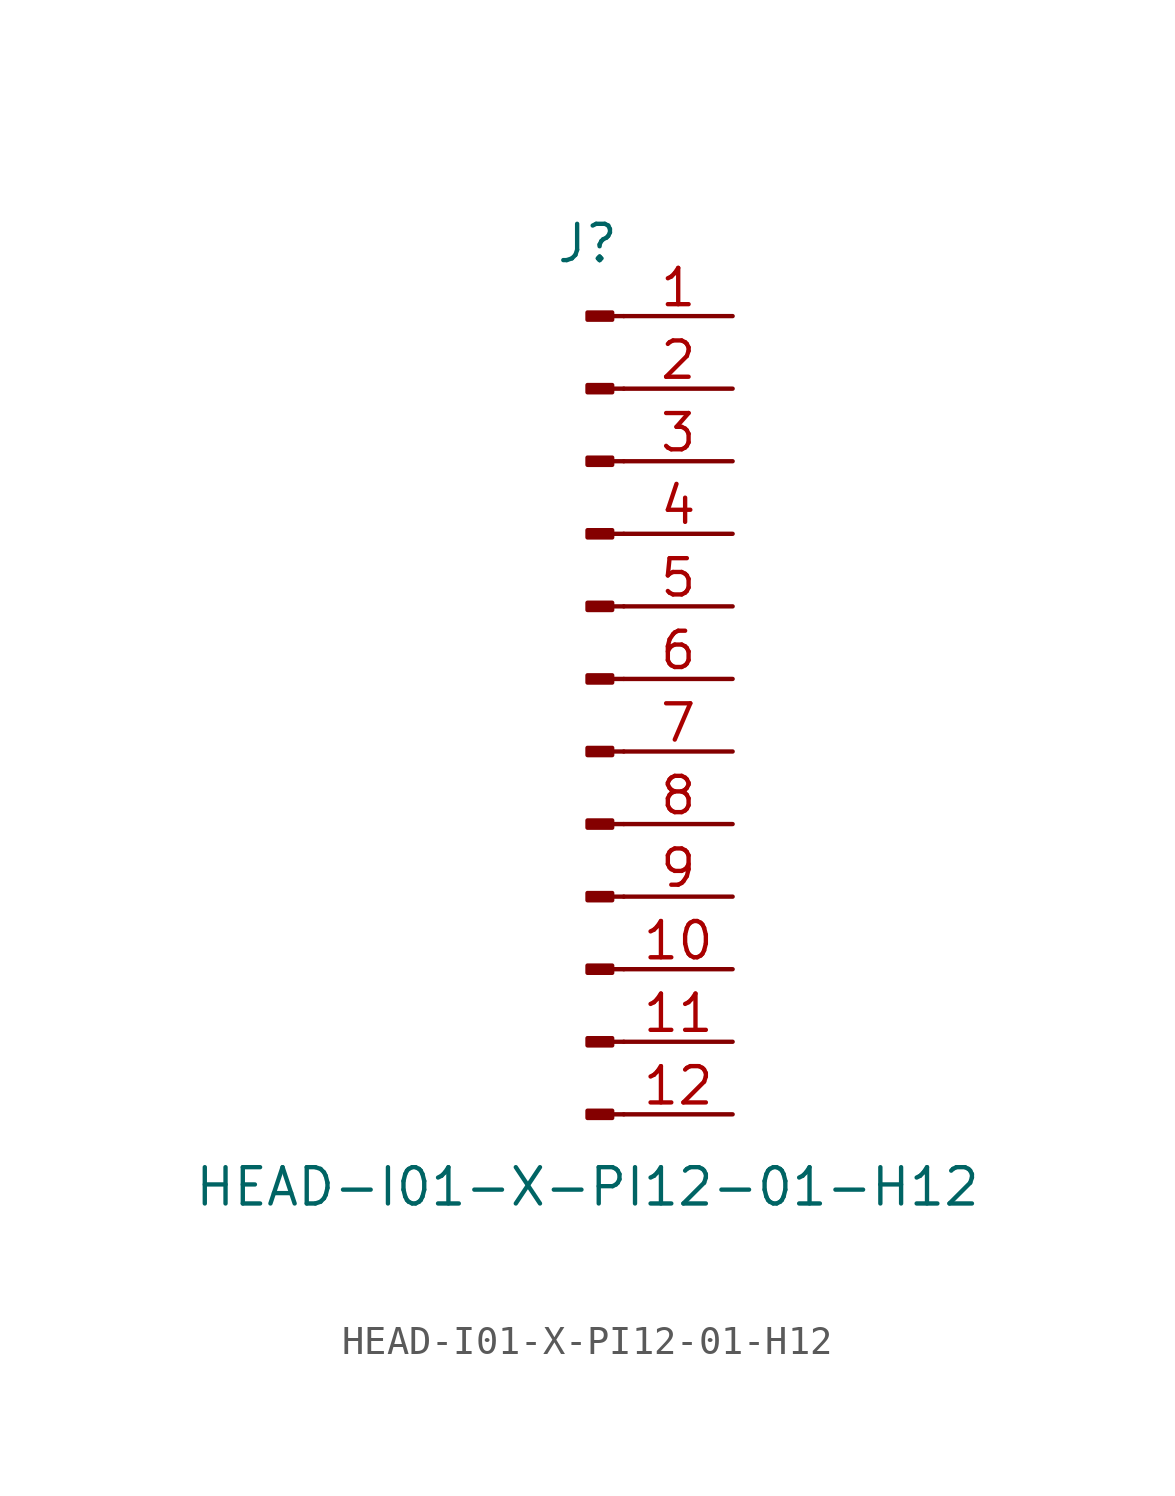
<source format=kicad_sym>
(kicad_symbol_lib
  (version 20211014)
  (generator kicad_symbol_editor)
  (symbol "HEAD-I01-X-PI12-01-H12"
    (pin_names
      (offset 1.016) hide)
    (property "Reference" "J"
      (at 0 15.24 0)
      (effects (font (size 1.27 1.27))))
    (property "Value" "HEAD-I01-X-PI12-01-H12"
      (at 0 -17.78 0)
      (effects (font (size 1.27 1.27))))
    (symbol "HEAD-I01-X-PI12-01-H12_1_1"
      (polyline (pts (xy 1.27 -15.24) (xy 0.864 -15.24)) (stroke (width 0.152) (type default) (color 0 0 0 0)) (fill (type none)))
      (polyline (pts (xy 1.27 -12.7) (xy 0.864 -12.7)) (stroke (width 0.152) (type default) (color 0 0 0 0)) (fill (type none)))
      (polyline (pts (xy 1.27 -10.16) (xy 0.864 -10.16)) (stroke (width 0.152) (type default) (color 0 0 0 0)) (fill (type none)))
      (polyline (pts (xy 1.27 -7.62) (xy 0.864 -7.62)) (stroke (width 0.152) (type default) (color 0 0 0 0)) (fill (type none)))
      (polyline (pts (xy 1.27 -5.08) (xy 0.864 -5.08)) (stroke (width 0.152) (type default) (color 0 0 0 0)) (fill (type none)))
      (polyline (pts (xy 1.27 -2.54) (xy 0.864 -2.54)) (stroke (width 0.152) (type default) (color 0 0 0 0)) (fill (type none)))
      (polyline (pts (xy 1.27 0) (xy 0.864 0)) (stroke (width 0.152) (type default) (color 0 0 0 0)) (fill (type none)))
      (polyline (pts (xy 1.27 2.54) (xy 0.864 2.54)) (stroke (width 0.152) (type default) (color 0 0 0 0)) (fill (type none)))
      (polyline (pts (xy 1.27 5.08) (xy 0.864 5.08)) (stroke (width 0.152) (type default) (color 0 0 0 0)) (fill (type none)))
      (polyline (pts (xy 1.27 7.62) (xy 0.864 7.62)) (stroke (width 0.152) (type default) (color 0 0 0 0)) (fill (type none)))
      (polyline (pts (xy 1.27 10.16) (xy 0.864 10.16)) (stroke (width 0.152) (type default) (color 0 0 0 0)) (fill (type none)))
      (polyline (pts (xy 1.27 12.7) (xy 0.864 12.7)) (stroke (width 0.152) (type default) (color 0 0 0 0)) (fill (type none)))
      (rectangle (start 0.864 -15.113) (end 0 -15.367) (stroke (width 0.152) (type default) (color 0 0 0 0)) (fill (type outline)))
      (rectangle (start 0.864 -12.573) (end 0 -12.827) (stroke (width 0.152) (type default) (color 0 0 0 0)) (fill (type outline)))
      (rectangle (start 0.864 -10.033) (end 0 -10.287) (stroke (width 0.152) (type default) (color 0 0 0 0)) (fill (type outline)))
      (rectangle (start 0.864 -7.493) (end 0 -7.747) (stroke (width 0.152) (type default) (color 0 0 0 0)) (fill (type outline)))
      (rectangle (start 0.864 -4.953) (end 0 -5.207) (stroke (width 0.152) (type default) (color 0 0 0 0)) (fill (type outline)))
      (rectangle (start 0.864 -2.413) (end 0 -2.667) (stroke (width 0.152) (type default) (color 0 0 0 0)) (fill (type outline)))
      (rectangle (start 0.864 0.127) (end 0 -0.127) (stroke (width 0.152) (type default) (color 0 0 0 0)) (fill (type outline)))
      (rectangle (start 0.864 2.667) (end 0 2.413) (stroke (width 0.152) (type default) (color 0 0 0 0)) (fill (type outline)))
      (rectangle (start 0.864 5.207) (end 0 4.953) (stroke (width 0.152) (type default) (color 0 0 0 0)) (fill (type outline)))
      (rectangle (start 0.864 7.747) (end 0 7.493) (stroke (width 0.152) (type default) (color 0 0 0 0)) (fill (type outline)))
      (rectangle (start 0.864 10.287) (end 0 10.033) (stroke (width 0.152) (type default) (color 0 0 0 0)) (fill (type outline)))
      (rectangle (start 0.864 12.827) (end 0 12.573) (stroke (width 0.152) (type default) (color 0 0 0 0)) (fill (type outline)))
      (pin passive line (at 5.08 12.7 180) (length 3.81) (name "Pin_1" (effects (font (size 1.27 1.27)))) (number "1" (effects (font (size 1.27 1.27)))))
      (pin passive line (at 5.08 -10.16 180) (length 3.81) (name "Pin_10" (effects (font (size 1.27 1.27)))) (number "10" (effects (font (size 1.27 1.27)))))
      (pin passive line (at 5.08 -12.7 180) (length 3.81) (name "Pin_11" (effects (font (size 1.27 1.27)))) (number "11" (effects (font (size 1.27 1.27)))))
      (pin passive line (at 5.08 -15.24 180) (length 3.81) (name "Pin_12" (effects (font (size 1.27 1.27)))) (number "12" (effects (font (size 1.27 1.27)))))
      (pin passive line (at 5.08 10.16 180) (length 3.81) (name "Pin_2" (effects (font (size 1.27 1.27)))) (number "2" (effects (font (size 1.27 1.27)))))
      (pin passive line (at 5.08 7.62 180) (length 3.81) (name "Pin_3" (effects (font (size 1.27 1.27)))) (number "3" (effects (font (size 1.27 1.27)))))
      (pin passive line (at 5.08 5.08 180) (length 3.81) (name "Pin_4" (effects (font (size 1.27 1.27)))) (number "4" (effects (font (size 1.27 1.27)))))
      (pin passive line (at 5.08 2.54 180) (length 3.81) (name "Pin_5" (effects (font (size 1.27 1.27)))) (number "5" (effects (font (size 1.27 1.27)))))
      (pin passive line (at 5.08 0 180) (length 3.81) (name "Pin_6" (effects (font (size 1.27 1.27)))) (number "6" (effects (font (size 1.27 1.27)))))
      (pin passive line (at 5.08 -2.54 180) (length 3.81) (name "Pin_7" (effects (font (size 1.27 1.27)))) (number "7" (effects (font (size 1.27 1.27)))))
      (pin passive line (at 5.08 -5.08 180) (length 3.81) (name "Pin_8" (effects (font (size 1.27 1.27)))) (number "8" (effects (font (size 1.27 1.27)))))
      (pin passive line (at 5.08 -7.62 180) (length 3.81) (name "Pin_9" (effects (font (size 1.27 1.27)))) (number "9" (effects (font (size 1.27 1.27))))))))
</source>
